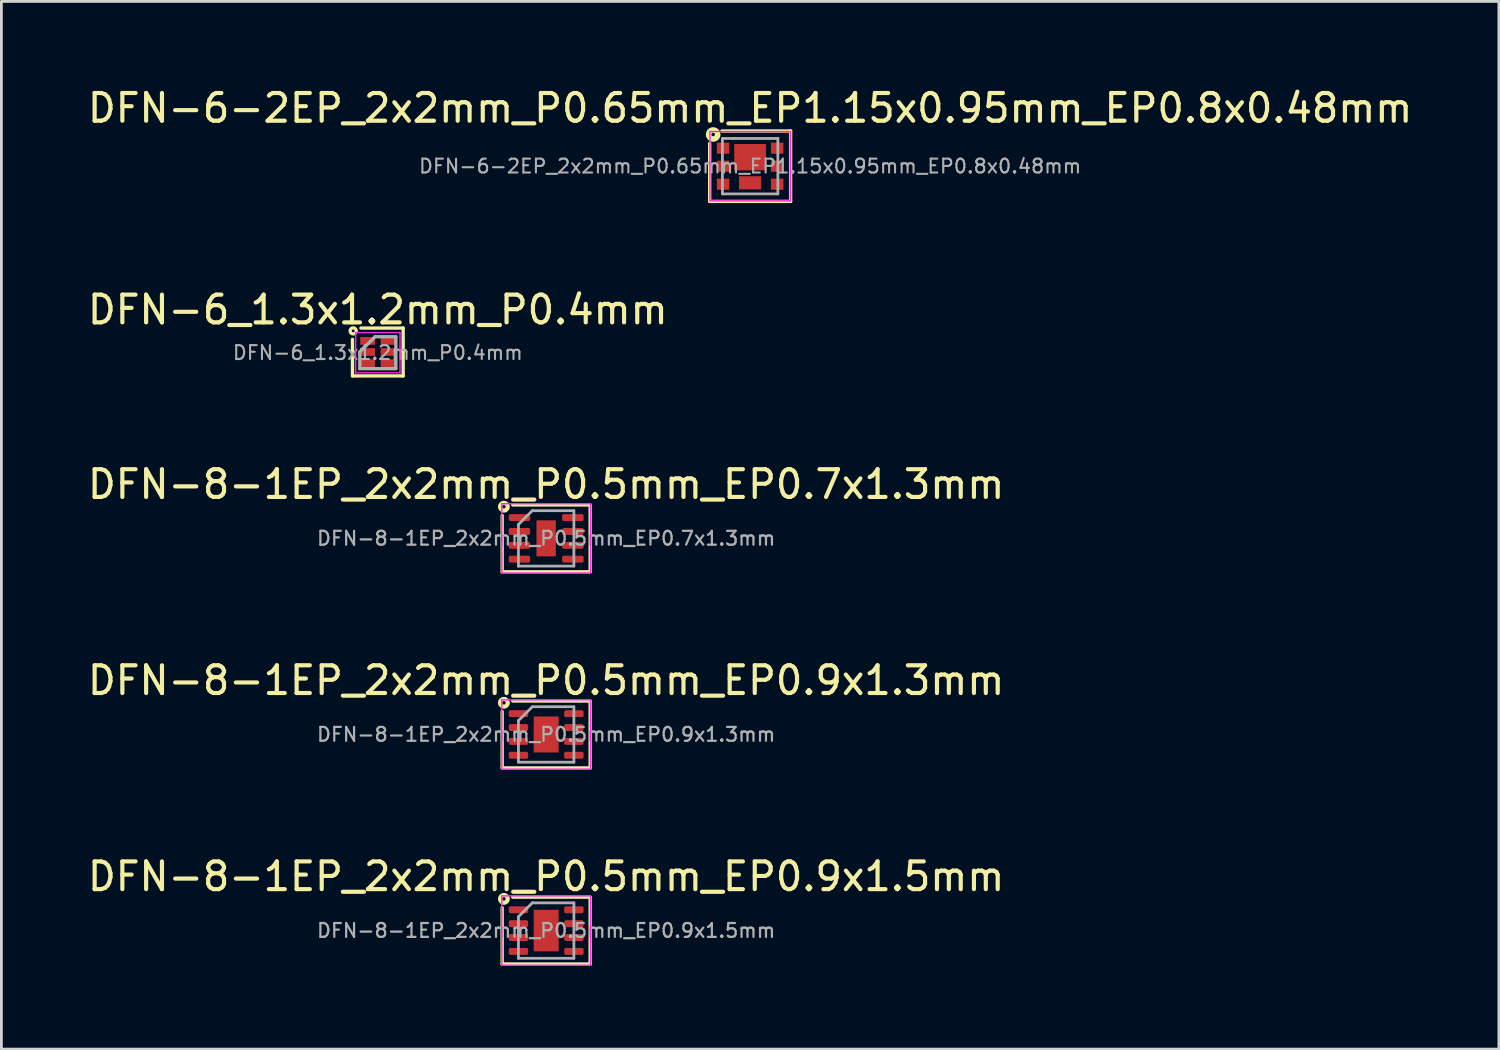
<source format=kicad_pcb>
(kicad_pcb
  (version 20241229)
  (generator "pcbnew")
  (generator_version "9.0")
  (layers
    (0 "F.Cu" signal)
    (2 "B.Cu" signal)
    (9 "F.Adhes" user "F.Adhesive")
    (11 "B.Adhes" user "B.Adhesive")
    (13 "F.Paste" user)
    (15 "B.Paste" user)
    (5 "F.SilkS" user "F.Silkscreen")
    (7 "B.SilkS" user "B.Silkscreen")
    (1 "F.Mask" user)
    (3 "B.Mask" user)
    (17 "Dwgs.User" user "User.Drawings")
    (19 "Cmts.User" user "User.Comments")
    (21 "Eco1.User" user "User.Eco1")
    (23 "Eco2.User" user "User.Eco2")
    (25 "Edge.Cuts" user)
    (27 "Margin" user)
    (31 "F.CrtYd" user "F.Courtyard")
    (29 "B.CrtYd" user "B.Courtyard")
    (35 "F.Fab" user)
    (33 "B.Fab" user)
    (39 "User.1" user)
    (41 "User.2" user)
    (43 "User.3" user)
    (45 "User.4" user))
  (footprint "DFN-6_1.3x1.2mm_P0.4mm"
    (layer "F.Cu")
    (at 10.577 9.646)
    (property "Reference" "DFN-6_1.3x1.2mm_P0.4mm" (at 0 -1.524 0) (layer "F.SilkS") (effects (font (size 1 1) (thickness 0.15))))
    (attr smd)
    (fp_line (start -0.914 0.864) (end -0.914 -0.457) (stroke (width 0.12) (type solid)) (layer "F.SilkS"))
    (fp_line (start -0.61 -0.864) (end 0.914 -0.864) (stroke (width 0.12) (type solid)) (layer "F.SilkS"))
    (fp_line (start 0.914 -0.864) (end 0.914 0.864) (stroke (width 0.12) (type solid)) (layer "F.SilkS"))
    (fp_line (start 0.914 0.864) (end -0.914 0.864) (stroke (width 0.12) (type solid)) (layer "F.SilkS"))
    (fp_circle (center -0.889 -0.762) (end -0.839 -0.762) (stroke (width 0.12) (type solid)) (fill no) (layer "F.SilkS"))
    (fp_line (start -0.8 -0.7) (end -0.8 0.75) (stroke (width 0.05) (type solid)) (layer "F.CrtYd"))
    (fp_line (start -0.8 -0.7) (end 0.8 -0.7) (stroke (width 0.05) (type solid)) (layer "F.CrtYd"))
    (fp_line (start 0.8 0.75) (end -0.8 0.75) (stroke (width 0.05) (type solid)) (layer "F.CrtYd"))
    (fp_line (start 0.8 0.75) (end 0.8 -0.7) (stroke (width 0.05) (type solid)) (layer "F.CrtYd"))
    (fp_line (start -0.65 0) (end -0.65 0.6) (stroke (width 0.12) (type solid)) (layer "F.Fab"))
    (fp_line (start -0.65 0.6) (end 0.65 0.6) (stroke (width 0.12) (type solid)) (layer "F.Fab"))
    (fp_line (start -0.1 -0.55) (end -0.65 0) (stroke (width 0.12) (type solid)) (layer "F.Fab"))
    (fp_line (start 0.65 -0.55) (end -0.1 -0.55) (stroke (width 0.12) (type solid)) (layer "F.Fab"))
    (fp_line (start 0.65 0.6) (end 0.65 -0.55) (stroke (width 0.12) (type solid)) (layer "F.Fab"))
    (fp_text user "${REFERENCE}" (at 0 0.025 0) (layer "F.Fab") (effects (font (size 0.5 0.5) (thickness 0.075))))
    (pad "1" smd rect (at -0.368 -0.4) (size 0.53 0.28) (layers "F.Cu" "F.Mask" "F.Paste"))
    (pad "2" smd rect (at -0.368 0) (size 0.53 0.28) (layers "F.Cu" "F.Mask" "F.Paste"))
    (pad "3" smd rect (at -0.368 0.4) (size 0.53 0.28) (layers "F.Cu" "F.Mask" "F.Paste"))
    (pad "4" smd rect (at 0.368 0.4) (size 0.53 0.28) (layers "F.Cu" "F.Mask" "F.Paste"))
    (pad "5" smd rect (at 0.368 0) (size 0.53 0.28) (layers "F.Cu" "F.Mask" "F.Paste"))
    (pad "6" smd rect (at 0.368 -0.4) (size 0.53 0.28) (layers "F.Cu" "F.Mask" "F.Paste")))
  (footprint "DFN-8-1EP_2x2mm_P0.5mm_EP0.7x1.3mm"
    (layer "F.Cu")
    (at 16.649 16.368)
    (property "Reference" "DFN-8-1EP_2x2mm_P0.5mm_EP0.7x1.3mm" (at 0 -1.95 0) (layer "F.SilkS") (effects (font (size 1 1) (thickness 0.15))))
    (attr smd)
    (fp_line (start -1.587 1.206) (end -1.587 -0.826) (stroke (width 0.12) (type solid)) (layer "F.SilkS"))
    (fp_line (start -1.206 -1.206) (end 1.524 -1.206) (stroke (width 0.12) (type solid)) (layer "F.SilkS"))
    (fp_line (start 1.587 -1.206) (end 1.587 1.206) (stroke (width 0.12) (type solid)) (layer "F.SilkS"))
    (fp_line (start 1.587 1.206) (end -1.587 1.206) (stroke (width 0.12) (type solid)) (layer "F.SilkS"))
    (fp_circle (center -1.524 -1.143) (end -1.46 -1.143) (stroke (width 0.15) (type solid)) (fill no) (layer "F.SilkS"))
    (fp_line (start -1.6 -1.25) (end -1.6 1.25) (stroke (width 0.05) (type solid)) (layer "F.CrtYd"))
    (fp_line (start -1.6 1.25) (end 1.6 1.25) (stroke (width 0.05) (type solid)) (layer "F.CrtYd"))
    (fp_line (start 1.6 -1.25) (end -1.6 -1.25) (stroke (width 0.05) (type solid)) (layer "F.CrtYd"))
    (fp_line (start 1.6 1.25) (end 1.6 -1.25) (stroke (width 0.05) (type solid)) (layer "F.CrtYd"))
    (fp_line (start -1 -0.5) (end -0.5 -1) (stroke (width 0.1) (type solid)) (layer "F.Fab"))
    (fp_line (start -1 1) (end -1 -0.5) (stroke (width 0.1) (type solid)) (layer "F.Fab"))
    (fp_line (start -0.5 -1) (end 1 -1) (stroke (width 0.1) (type solid)) (layer "F.Fab"))
    (fp_line (start 1 -1) (end 1 1) (stroke (width 0.1) (type solid)) (layer "F.Fab"))
    (fp_line (start 1 1) (end -1 1) (stroke (width 0.1) (type solid)) (layer "F.Fab"))
    (fp_text user "${REFERENCE}" (at 0 0 0) (layer "F.Fab") (effects (font (size 0.5 0.5) (thickness 0.08))))
    (pad "" smd roundrect (at -0.175 -0.325) (size 0.28 0.52) (layers "F.Paste") (roundrect_rratio 0.25))
    (pad "" smd roundrect (at -0.175 0.325) (size 0.28 0.52) (layers "F.Paste") (roundrect_rratio 0.25))
    (pad "" smd roundrect (at 0.175 -0.325) (size 0.28 0.52) (layers "F.Paste") (roundrect_rratio 0.25))
    (pad "" smd roundrect (at 0.175 0.325) (size 0.28 0.52) (layers "F.Paste") (roundrect_rratio 0.25))
    (pad "1" smd roundrect (at -0.963 -0.75) (size 0.775 0.25) (layers "F.Cu" "F.Mask" "F.Paste") (roundrect_rratio 0.25))
    (pad "2" smd roundrect (at -0.963 -0.25) (size 0.775 0.25) (layers "F.Cu" "F.Mask" "F.Paste") (roundrect_rratio 0.25))
    (pad "3" smd roundrect (at -0.963 0.25) (size 0.775 0.25) (layers "F.Cu" "F.Mask" "F.Paste") (roundrect_rratio 0.25))
    (pad "4" smd roundrect (at -0.963 0.75) (size 0.775 0.25) (layers "F.Cu" "F.Mask" "F.Paste") (roundrect_rratio 0.25))
    (pad "5" smd roundrect (at 0.963 0.75) (size 0.775 0.25) (layers "F.Cu" "F.Mask" "F.Paste") (roundrect_rratio 0.25))
    (pad "6" smd roundrect (at 0.963 0.25) (size 0.775 0.25) (layers "F.Cu" "F.Mask" "F.Paste") (roundrect_rratio 0.25))
    (pad "7" smd roundrect (at 0.963 -0.25) (size 0.775 0.25) (layers "F.Cu" "F.Mask" "F.Paste") (roundrect_rratio 0.25))
    (pad "8" smd roundrect (at 0.963 -0.75) (size 0.775 0.25) (layers "F.Cu" "F.Mask" "F.Paste") (roundrect_rratio 0.25))
    (pad "9" smd rect (at 0 0) (size 0.7 1.3) (layers "F.Cu" "F.Mask")))
  (footprint "DFN-6-2EP_2x2mm_P0.65mm_EP1.15x0.95mm_EP0.8x0.48mm"
    (layer "F.Cu")
    (at 24.006 2.944)
    (property "Reference" "DFN-6-2EP_2x2mm_P0.65mm_EP1.15x0.95mm_EP0.8x0.48mm" (at 0 -2.095 0) (layer "F.SilkS") (effects (font (size 1 1) (thickness 0.15))))
    (attr smd)
    (fp_line (start -1.46 1.27) (end -1.46 -0.826) (stroke (width 0.12) (type solid)) (layer "F.SilkS"))
    (fp_line (start -1.016 -1.27) (end 1.46 -1.27) (stroke (width 0.12) (type solid)) (layer "F.SilkS"))
    (fp_line (start 1.46 -1.27) (end 1.46 1.27) (stroke (width 0.12) (type solid)) (layer "F.SilkS"))
    (fp_line (start 1.46 1.27) (end -1.46 1.27) (stroke (width 0.12) (type solid)) (layer "F.SilkS"))
    (fp_circle (center -1.333 -1.143) (end -1.27 -1.143) (stroke (width 0.2) (type solid)) (fill no) (layer "F.SilkS"))
    (fp_line (start -1.45 -1.25) (end -1.45 1.25) (stroke (width 0.05) (type solid)) (layer "F.CrtYd"))
    (fp_line (start -1.45 -1.25) (end 1.45 -1.25) (stroke (width 0.05) (type solid)) (layer "F.CrtYd"))
    (fp_line (start -1.45 1.25) (end 1.45 1.25) (stroke (width 0.05) (type solid)) (layer "F.CrtYd"))
    (fp_line (start 1.45 -1.25) (end 1.45 1.25) (stroke (width 0.05) (type solid)) (layer "F.CrtYd"))
    (fp_line (start -1 -1) (end -1 1) (stroke (width 0.1) (type solid)) (layer "F.Fab"))
    (fp_line (start -1 -1) (end 1 -1) (stroke (width 0.1) (type solid)) (layer "F.Fab"))
    (fp_line (start -1 1) (end 1 1) (stroke (width 0.1) (type solid)) (layer "F.Fab"))
    (fp_line (start 1 -1) (end 1 1) (stroke (width 0.1) (type solid)) (layer "F.Fab"))
    (fp_text user "${REFERENCE}" (at 0 0 0) (layer "F.Fab") (effects (font (size 0.5 0.5) (thickness 0.075))))
    (pad "" smd roundrect (at 0 -0.325) (size 0.9 0.86) (layers "F.Paste") (roundrect_rratio 0.058))
    (pad "1" smd rect (at -0.975 -0.65) (size 0.45 0.4) (layers "F.Cu" "F.Mask" "F.Paste"))
    (pad "2" smd rect (at -0.975 0) (size 0.45 0.4) (layers "F.Cu" "F.Mask" "F.Paste"))
    (pad "3" smd rect (at -0.975 0.65) (size 0.45 0.4) (layers "F.Cu" "F.Mask" "F.Paste"))
    (pad "4" smd rect (at 0.975 0.65) (size 0.45 0.4) (layers "F.Cu" "F.Mask" "F.Paste"))
    (pad "5" smd rect (at 0.975 0) (size 0.45 0.4) (layers "F.Cu" "F.Mask" "F.Paste"))
    (pad "6" smd rect (at 0.975 -0.65) (size 0.45 0.4) (layers "F.Cu" "F.Mask" "F.Paste"))
    (pad "7" smd rect (at 0 0.6) (size 0.8 0.475) (layers "F.Cu" "F.Mask" "F.Paste"))
    (pad "8" smd rect (at 0 -0.325) (size 1.15 0.95) (layers "F.Cu" "F.Mask")))
  (footprint "DFN-8-1EP_2x2mm_P0.5mm_EP0.9x1.3mm"
    (layer "F.Cu")
    (at 16.649 23.441)
    (property "Reference" "DFN-8-1EP_2x2mm_P0.5mm_EP0.9x1.3mm" (at 0 -1.95 0) (layer "F.SilkS") (effects (font (size 1 1) (thickness 0.15))))
    (attr smd)
    (fp_line (start -1.587 1.206) (end -1.587 -0.826) (stroke (width 0.12) (type solid)) (layer "F.SilkS"))
    (fp_line (start -1.206 -1.206) (end 1.587 -1.206) (stroke (width 0.12) (type solid)) (layer "F.SilkS"))
    (fp_line (start 1.587 -1.206) (end 1.587 1.206) (stroke (width 0.12) (type solid)) (layer "F.SilkS"))
    (fp_line (start 1.587 1.206) (end -1.587 1.206) (stroke (width 0.12) (type solid)) (layer "F.SilkS"))
    (fp_circle (center -1.524 -1.143) (end -1.46 -1.143) (stroke (width 0.15) (type solid)) (fill no) (layer "F.SilkS"))
    (fp_line (start -1.6 -1.25) (end -1.6 1.25) (stroke (width 0.05) (type solid)) (layer "F.CrtYd"))
    (fp_line (start -1.6 1.25) (end 1.6 1.25) (stroke (width 0.05) (type solid)) (layer "F.CrtYd"))
    (fp_line (start 1.6 -1.25) (end -1.6 -1.25) (stroke (width 0.05) (type solid)) (layer "F.CrtYd"))
    (fp_line (start 1.6 1.25) (end 1.6 -1.25) (stroke (width 0.05) (type solid)) (layer "F.CrtYd"))
    (fp_line (start -1 -0.5) (end -0.5 -1) (stroke (width 0.1) (type solid)) (layer "F.Fab"))
    (fp_line (start -1 1) (end -1 -0.5) (stroke (width 0.1) (type solid)) (layer "F.Fab"))
    (fp_line (start -0.5 -1) (end 1 -1) (stroke (width 0.1) (type solid)) (layer "F.Fab"))
    (fp_line (start 1 -1) (end 1 1) (stroke (width 0.1) (type solid)) (layer "F.Fab"))
    (fp_line (start 1 1) (end -1 1) (stroke (width 0.1) (type solid)) (layer "F.Fab"))
    (fp_text user "${REFERENCE}" (at 0 0 0) (layer "F.Fab") (effects (font (size 0.5 0.5) (thickness 0.08))))
    (pad "" smd roundrect (at -0.225 -0.325) (size 0.36 0.52) (layers "F.Paste") (roundrect_rratio 0.25))
    (pad "" smd roundrect (at -0.225 0.325) (size 0.36 0.52) (layers "F.Paste") (roundrect_rratio 0.25))
    (pad "" smd roundrect (at 0.225 -0.325) (size 0.36 0.52) (layers "F.Paste") (roundrect_rratio 0.25))
    (pad "" smd roundrect (at 0.225 0.325) (size 0.36 0.52) (layers "F.Paste") (roundrect_rratio 0.25))
    (pad "1" smd roundrect (at -1 -0.75) (size 0.7 0.25) (layers "F.Cu" "F.Mask" "F.Paste") (roundrect_rratio 0.25))
    (pad "2" smd roundrect (at -1 -0.25) (size 0.7 0.25) (layers "F.Cu" "F.Mask" "F.Paste") (roundrect_rratio 0.25))
    (pad "3" smd roundrect (at -1 0.25) (size 0.7 0.25) (layers "F.Cu" "F.Mask" "F.Paste") (roundrect_rratio 0.25))
    (pad "4" smd roundrect (at -1 0.75) (size 0.7 0.25) (layers "F.Cu" "F.Mask" "F.Paste") (roundrect_rratio 0.25))
    (pad "5" smd roundrect (at 1 0.75) (size 0.7 0.25) (layers "F.Cu" "F.Mask" "F.Paste") (roundrect_rratio 0.25))
    (pad "6" smd roundrect (at 1 0.25) (size 0.7 0.25) (layers "F.Cu" "F.Mask" "F.Paste") (roundrect_rratio 0.25))
    (pad "7" smd roundrect (at 1 -0.25) (size 0.7 0.25) (layers "F.Cu" "F.Mask" "F.Paste") (roundrect_rratio 0.25))
    (pad "8" smd roundrect (at 1 -0.75) (size 0.7 0.25) (layers "F.Cu" "F.Mask" "F.Paste") (roundrect_rratio 0.25))
    (pad "9" smd rect (at 0 0) (size 0.9 1.3) (layers "F.Cu" "F.Mask")))
  (footprint "DFN-8-1EP_2x2mm_P0.5mm_EP0.9x1.5mm"
    (layer "F.Cu")
    (at 16.649 30.514)
    (property "Reference" "DFN-8-1EP_2x2mm_P0.5mm_EP0.9x1.5mm" (at 0 -1.95 0) (layer "F.SilkS") (effects (font (size 1 1) (thickness 0.15))))
    (attr smd)
    (fp_line (start -1.587 1.206) (end -1.587 -0.826) (stroke (width 0.12) (type solid)) (layer "F.SilkS"))
    (fp_line (start -1.206 -1.206) (end 1.587 -1.206) (stroke (width 0.12) (type solid)) (layer "F.SilkS"))
    (fp_line (start 1.587 -1.206) (end 1.587 1.206) (stroke (width 0.12) (type solid)) (layer "F.SilkS"))
    (fp_line (start 1.587 1.206) (end -1.587 1.206) (stroke (width 0.12) (type solid)) (layer "F.SilkS"))
    (fp_circle (center -1.524 -1.143) (end -1.46 -1.143) (stroke (width 0.15) (type solid)) (fill no) (layer "F.SilkS"))
    (fp_line (start -1.6 -1.25) (end -1.6 1.25) (stroke (width 0.05) (type solid)) (layer "F.CrtYd"))
    (fp_line (start -1.6 1.25) (end 1.6 1.25) (stroke (width 0.05) (type solid)) (layer "F.CrtYd"))
    (fp_line (start 1.6 -1.25) (end -1.6 -1.25) (stroke (width 0.05) (type solid)) (layer "F.CrtYd"))
    (fp_line (start 1.6 1.25) (end 1.6 -1.25) (stroke (width 0.05) (type solid)) (layer "F.CrtYd"))
    (fp_line (start -1 -0.5) (end -0.5 -1) (stroke (width 0.1) (type solid)) (layer "F.Fab"))
    (fp_line (start -1 1) (end -1 -0.5) (stroke (width 0.1) (type solid)) (layer "F.Fab"))
    (fp_line (start -0.5 -1) (end 1 -1) (stroke (width 0.1) (type solid)) (layer "F.Fab"))
    (fp_line (start 1 -1) (end 1 1) (stroke (width 0.1) (type solid)) (layer "F.Fab"))
    (fp_line (start 1 1) (end -1 1) (stroke (width 0.1) (type solid)) (layer "F.Fab"))
    (fp_text user "${REFERENCE}" (at 0 0 0) (layer "F.Fab") (effects (font (size 0.5 0.5) (thickness 0.08))))
    (pad "" smd roundrect (at -0.225 -0.375) (size 0.36 0.6) (layers "F.Paste") (roundrect_rratio 0.25))
    (pad "" smd roundrect (at -0.225 0.375) (size 0.36 0.6) (layers "F.Paste") (roundrect_rratio 0.25))
    (pad "" smd roundrect (at 0.225 -0.375) (size 0.36 0.6) (layers "F.Paste") (roundrect_rratio 0.25))
    (pad "" smd roundrect (at 0.225 0.375) (size 0.36 0.6) (layers "F.Paste") (roundrect_rratio 0.25))
    (pad "1" smd roundrect (at -1 -0.75) (size 0.7 0.25) (layers "F.Cu" "F.Mask" "F.Paste") (roundrect_rratio 0.25))
    (pad "2" smd roundrect (at -1 -0.25) (size 0.7 0.25) (layers "F.Cu" "F.Mask" "F.Paste") (roundrect_rratio 0.25))
    (pad "3" smd roundrect (at -1 0.25) (size 0.7 0.25) (layers "F.Cu" "F.Mask" "F.Paste") (roundrect_rratio 0.25))
    (pad "4" smd roundrect (at -1 0.75) (size 0.7 0.25) (layers "F.Cu" "F.Mask" "F.Paste") (roundrect_rratio 0.25))
    (pad "5" smd roundrect (at 1 0.75) (size 0.7 0.25) (layers "F.Cu" "F.Mask" "F.Paste") (roundrect_rratio 0.25))
    (pad "6" smd roundrect (at 1 0.25) (size 0.7 0.25) (layers "F.Cu" "F.Mask" "F.Paste") (roundrect_rratio 0.25))
    (pad "7" smd roundrect (at 1 -0.25) (size 0.7 0.25) (layers "F.Cu" "F.Mask" "F.Paste") (roundrect_rratio 0.25))
    (pad "8" smd roundrect (at 1 -0.75) (size 0.7 0.25) (layers "F.Cu" "F.Mask" "F.Paste") (roundrect_rratio 0.25))
    (pad "9" smd rect (at 0 0) (size 0.9 1.5) (layers "F.Cu" "F.Mask")))
  (gr_rect
    (start -3 -3)
    (end 51.012 34.789)
    (stroke (width 0.1) (type default))
    (fill no)
    (layer "Edge.Cuts")))
</source>
